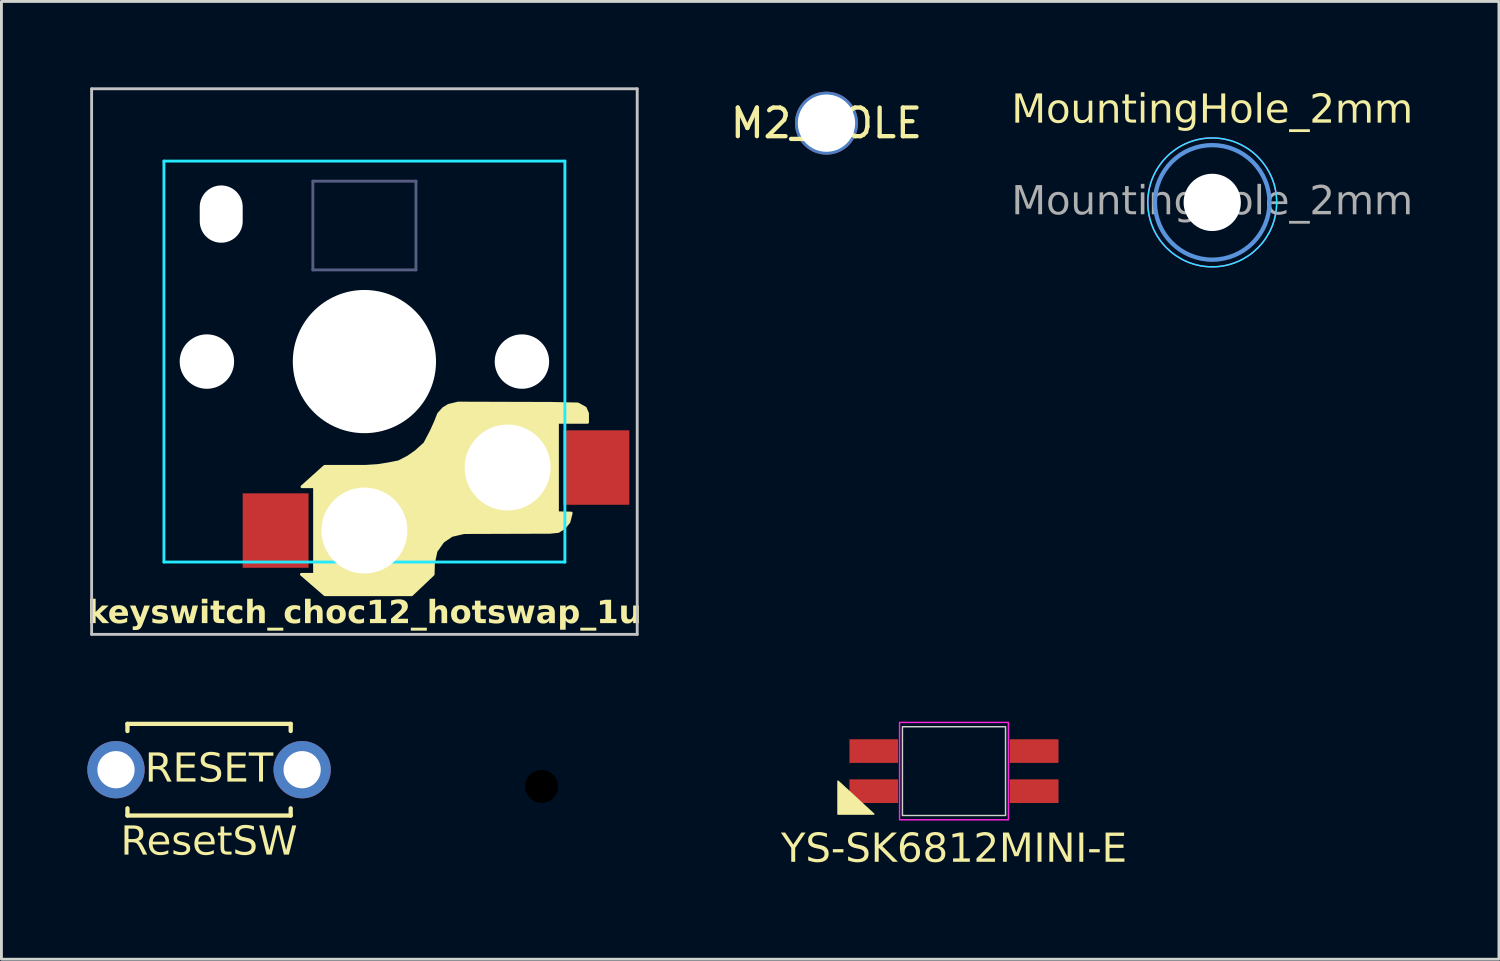
<source format=kicad_pcb>
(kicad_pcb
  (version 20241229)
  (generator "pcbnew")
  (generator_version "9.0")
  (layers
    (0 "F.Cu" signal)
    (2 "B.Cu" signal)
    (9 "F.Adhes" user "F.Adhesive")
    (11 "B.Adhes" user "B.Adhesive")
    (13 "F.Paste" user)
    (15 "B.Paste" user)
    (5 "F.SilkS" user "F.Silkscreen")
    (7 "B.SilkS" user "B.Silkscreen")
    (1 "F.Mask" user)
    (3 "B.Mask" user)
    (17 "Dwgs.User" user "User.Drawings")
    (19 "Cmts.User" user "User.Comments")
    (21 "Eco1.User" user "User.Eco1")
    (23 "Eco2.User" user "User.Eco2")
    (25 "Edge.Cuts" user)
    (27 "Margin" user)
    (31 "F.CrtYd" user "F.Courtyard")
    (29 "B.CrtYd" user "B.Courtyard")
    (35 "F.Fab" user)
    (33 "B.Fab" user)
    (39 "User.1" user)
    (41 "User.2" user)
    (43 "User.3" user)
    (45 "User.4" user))
  (footprint "ResetSW"
    (layer "F.Cu")
    (at 4.25 23.825)
    (property "Reference" "ResetSW" (at 0 2.55 0) (layer "F.SilkS") (effects (font (face "東亜重工 R") (size 1 1) (thickness 0.15))))
    (attr through_hole)
    (fp_line (start -2.85 -1.6) (end -2.85 -1.35) (stroke (width 0.15) (type solid)) (layer "F.SilkS"))
    (fp_line (start -2.85 -1.6) (end 2.85 -1.6) (stroke (width 0.15) (type solid)) (layer "F.SilkS"))
    (fp_line (start -2.85 1.6) (end -2.85 1.35) (stroke (width 0.15) (type solid)) (layer "F.SilkS"))
    (fp_line (start -2.85 1.6) (end 2.85 1.6) (stroke (width 0.15) (type solid)) (layer "F.SilkS"))
    (fp_line (start 2.85 -1.6) (end 2.85 -1.35) (stroke (width 0.15) (type solid)) (layer "F.SilkS"))
    (fp_line (start 2.85 1.6) (end 2.85 1.35) (stroke (width 0.15) (type solid)) (layer "F.SilkS"))
    (fp_text user "RESET" (at 0 0 0) (layer "F.SilkS") (effects (font (face "東亜重工 R") (size 1 1) (thickness 0.15))))
    (pad "1" thru_hole circle (at 3.25 0) (size 2 2) (drill 1.3) (layers "*.Cu" "B.Mask"))
    (pad "2" thru_hole circle (at -3.25 0) (size 2 2) (drill 1.3) (layers "*.Cu" "B.Mask")))
  (footprint "M2_HOLE"
    (layer "F.Cu")
    (at 25.807 1.25)
    (property "Reference" "M2_HOLE" (at 0 0 0) (unlocked yes) (layer "F.SilkS") (effects (font (size 1 1) (thickness 0.15))))
    (attr through_hole board_only exclude_from_pos_files exclude_from_bom)
    (fp_circle (center 0 0) (end 1.2 0) (stroke (width 0.1) (type solid)) (fill no) (layer "Margin"))
    (pad "" np_thru_hole circle (at 0 0) (size 2.2 2.2) (drill 2) (layers "*.Cu" "*.Mask")))
  (footprint "YS-SK6812MINI-E"
    (layer "F.Cu")
    (at 30.26 23.875)
    (property "Reference" "YS-SK6812MINI-E" (at 0 2.75 0) (unlocked yes) (layer "F.SilkS") (effects (font (face "東亜重工 R") (size 1 1) (thickness 0.1))))
    (attr smd)
    (fp_poly (pts (xy -4.05 0.35) (xy -4.05 1.5) (xy -2.8 1.5)) (stroke (width 0.05) (type solid)) (fill yes) (layer "F.SilkS"))
    (fp_rect (start -1.8 -1.55) (end 1.8 1.55) (stroke (width 0.05) (type default)) (fill no) (layer "Edge.Cuts"))
    (fp_rect (start -1.9 -1.7) (end 1.9 1.7) (stroke (width 0.05) (type default)) (fill no) (layer "F.CrtYd"))
    (pad "1" smd rect (at 2.8 -0.7) (size 1.7 0.825) (layers "F.Cu" "F.Mask" "F.Paste"))
    (pad "2" smd rect (at 2.8 0.7) (size 1.7 0.825) (layers "F.Cu" "F.Mask" "F.Paste"))
    (pad "3" smd rect (at -2.8 0.7) (size 1.7 0.825) (layers "F.Cu" "F.Mask" "F.Paste"))
    (pad "4" smd rect (at -2.8 -0.7) (size 1.7 0.825) (layers "F.Cu" "F.Mask" "F.Paste"))
    (zone (net_name "") (layer "F.Cu") (hatch edge 0.5) (connect_pads) (min_thickness 0.25) (filled_areas_thickness no) (keepout (tracks not_allowed) (vias not_allowed) (pads not_allowed) (copperpour allowed) (footprints allowed)) (placement (enabled no)) (fill) (polygon (pts (xy 32.16 22.175) (xy 32.16 25.575) (xy 28.36 25.575) (xy 28.36 22.175))))
    (zone (net_name "") (layers "F.Cu" "B.Cu") (hatch edge 0.5) (connect_pads) (min_thickness 0.25) (filled_areas_thickness no) (keepout (tracks not_allowed) (vias not_allowed) (pads not_allowed) (copperpour allowed) (footprints allowed)) (placement (enabled no)) (fill) (polygon (pts (xy 32.16 22.175) (xy 32.16 25.575) (xy 28.36 25.575) (xy 28.36 22.175)))))
  (footprint "keyswitch_choc12_hotswap_1u"
    (layer "F.Cu")
    (at 9.674 9.575)
    (property "Reference" "keyswitch_choc12_hotswap_1u" (at 0 8.8 0) (layer "F.SilkS") (effects (font (face "東亜重工 R") (size 0.8 0.8) (thickness 0.1) (bold yes))))
    (attr smd)
    (fp_poly (pts (xy 1.8 3.14) (xy 2.11 2.86) (xy 2.34 2.42) (xy 2.48 2.11) (xy 2.59 1.83) (xy 2.76 1.64) (xy 2.94 1.53) (xy 3.27 1.45) (xy 6.52 1.46) (xy 7.45 1.48) (xy 7.71 1.622) (xy 7.79 1.81) (xy 7.79 2.12) (xy 6.74 2.12) (xy 6.74 5.28) (xy 7.22 5.29) (xy 7.14 5.6) (xy 6.98 5.8) (xy 6.77 5.93) (xy 6.48 5.96) (xy 3.48 5.97) (xy 3.05 6.07) (xy 2.74 6.28) (xy 2.5 6.62) (xy 2.41 7.04) (xy 2.4 7.43) (xy 1.65 8.14) (xy -1.38 8.14) (xy -2.2 7.43) (xy -1.74 7.43) (xy -1.74 4.37) (xy -2.18 4.37) (xy -1.39 3.66) (xy 0.02 3.66) (xy 0.48 3.63) (xy 0.85 3.57) (xy 1.2 3.5) (xy 1.53 3.33)) (stroke (width 0.1) (type solid)) (fill yes) (layer "F.SilkS"))
    (fp_line (start -9.525 -9.525) (end -9.525 9.525) (stroke (width 0.1) (type solid)) (layer "Dwgs.User"))
    (fp_line (start -9.525 9.525) (end 9.525 9.525) (stroke (width 0.1) (type solid)) (layer "Dwgs.User"))
    (fp_line (start 9.525 -9.525) (end -9.525 -9.525) (stroke (width 0.1) (type solid)) (layer "Dwgs.User"))
    (fp_line (start 9.525 9.525) (end 9.525 -9.525) (stroke (width 0.1) (type solid)) (layer "Dwgs.User"))
    (fp_line (start -7 -7) (end -7 7) (stroke (width 0.1) (type solid)) (layer "B.CrtYd"))
    (fp_line (start -7 7) (end 7 7) (stroke (width 0.1) (type solid)) (layer "B.CrtYd"))
    (fp_line (start 7 -7) (end -7 -7) (stroke (width 0.1) (type solid)) (layer "B.CrtYd"))
    (fp_line (start 7 7) (end 7 -7) (stroke (width 0.1) (type solid)) (layer "B.CrtYd"))
    (fp_line (start -1.8 -6.3) (end 1.8 -6.3) (stroke (width 0.1) (type default)) (layer "B.Fab"))
    (fp_line (start -1.8 -3.2) (end -1.8 -6.3) (stroke (width 0.1) (type default)) (layer "B.Fab"))
    (fp_line (start -1.8 -3.2) (end 1.8 -3.2) (stroke (width 0.1) (type default)) (layer "B.Fab"))
    (fp_line (start 1.8 -3.2) (end 1.8 -6.3) (stroke (width 0.1) (type default)) (layer "B.Fab"))
    (pad "" np_thru_hole circle (at -5.5 0 270) (size 1.9 1.9) (drill 1.9) (layers "*.Cu" "*.Mask"))
    (pad "" np_thru_hole oval (at -5 -5.15) (size 1.5 2) (drill oval 1.5 2) (layers "*.Cu" "*.Mask"))
    (pad "" np_thru_hole circle (at 0 0 270) (size 5 5) (drill 5) (layers "*.Cu" "*.Mask"))
    (pad "" np_thru_hole circle (at 0 5.9 270) (size 3 3) (drill 3) (layers "*.Cu" "*.Mask"))
    (pad "" np_thru_hole circle (at 5 3.7 270) (size 3 3) (drill 3) (layers "*.Cu" "*.Mask"))
    (pad "" np_thru_hole circle (at 5.5 0 270) (size 1.9 1.9) (drill 1.9) (layers "*.Cu" "*.Mask"))
    (pad "1" smd rect (at -3.1 5.9 180) (size 2.3 2.6) (layers "F.Cu" "F.Mask" "F.Paste"))
    (pad "2" smd rect (at 8.1 3.7 180) (size 2.3 2.6) (layers "F.Cu" "F.Mask" "F.Paste")))
  (footprint "tooling-hole"
    (layer "F.Cu")
    (at 15.86 24.41)
    (property "Reference" "tooling-hole" (at 0.5 -1.5 0) (unlocked yes) (layer "User.1") (effects (font (size 1 1) (thickness 0.1))))
    (attr through_hole)
    (fp_circle (center 0 0) (end 0.576 0) (stroke (width 0.148) (type default)) (fill no) (layer "F.Mask"))
    (fp_circle (center 0 0) (end 0.576 0) (stroke (width 0.148) (type default)) (fill no) (layer "B.Mask"))
    (pad "" np_thru_hole circle (at 0 0) (size 1.152 1.152) (drill 1.152) (layers "*.Mask")))
  (footprint "MountingHole_2mm"
    (layer "F.Cu")
    (at 39.277 4.017)
    (property "Reference" "MountingHole_2mm" (at 0 -3.2 0) (layer "F.SilkS") (effects (font (face "東亜重工 R") (size 1 1) (thickness 0.15))))
    (attr exclude_from_pos_files exclude_from_bom)
    (fp_circle (center 0 0) (end 2 0) (stroke (width 0.15) (type solid)) (fill no) (layer "Cmts.User"))
    (fp_circle (center 0 0) (end 2.25 0) (stroke (width 0.05) (type default)) (fill no) (layer "B.CrtYd"))
    (fp_circle (center 0 0) (end 2.25 0) (stroke (width 0.05) (type solid)) (fill no) (layer "F.CrtYd"))
    (fp_text user "${REFERENCE}" (at 0 0 0) (layer "F.Fab") (effects (font (face "東亜重工 R") (size 1 1) (thickness 0.15))))
    (pad "" np_thru_hole circle (at 0 0) (size 2 2) (drill 2) (layers "*.Cu" "*.Mask"))
    (zone (net_name "") (layer "F.Cu") (hatch edge 0.5) (connect_pads) (min_thickness 0.25) (filled_areas_thickness no) (keepout (tracks not_allowed) (vias not_allowed) (pads allowed) (copperpour allowed) (footprints allowed)) (placement (enabled no)) (fill) (polygon (pts (xy 39.277 1.692) (xy 39.777 1.742) (xy 40.027 1.817) (xy 40.277 1.917) (xy 40.527 2.042) (xy 40.777 2.242) (xy 41.027 2.492) (xy 41.252 2.767) (xy 41.377 3.017) (xy 41.477 3.267) (xy 41.552 3.517) (xy 41.602 3.767) (xy 41.602 4.017) (xy 41.577 4.267) (xy 41.552 4.442) (xy 41.502 4.642) (xy 41.477 4.767) (xy 41.377 5.017) (xy 41.227 5.267) (xy 41.052 5.517) (xy 40.827 5.767) (xy 40.527 5.992) (xy 40.277 6.117) (xy 40.027 6.217) (xy 39.777 6.292) (xy 39.527 6.342) (xy 39.027 6.342) (xy 38.777 6.292) (xy 38.527 6.217) (xy 38.277 6.117) (xy 38.077 6.017) (xy 37.727 5.767) (xy 37.502 5.517) (xy 37.302 5.267) (xy 37.177 5.017) (xy 37.077 4.767) (xy 37.002 4.492) (xy 36.952 4.267) (xy 36.952 3.767) (xy 37.002 3.517) (xy 37.077 3.267) (xy 37.177 3.017) (xy 37.327 2.767) (xy 37.502 2.517) (xy 37.752 2.267) (xy 38.077 2.017) (xy 38.377 1.867) (xy 38.677 1.767) (xy 39.027 1.692))))
    (zone (net_name "") (layer "B.Cu") (hatch edge 0.5) (connect_pads) (min_thickness 0.25) (filled_areas_thickness no) (keepout (tracks not_allowed) (vias not_allowed) (pads allowed) (copperpour allowed) (footprints allowed)) (placement (enabled no)) (fill) (polygon (pts (xy 39.277 1.692) (xy 40.027 1.817) (xy 40.527 2.067) (xy 40.777 2.242) (xy 41.027 2.492) (xy 41.227 2.767) (xy 41.477 3.267) (xy 41.577 3.767) (xy 41.602 4.017) (xy 41.577 4.267) (xy 41.552 4.492) (xy 41.477 4.767) (xy 41.377 4.992) (xy 41.227 5.267) (xy 41.052 5.517) (xy 40.827 5.767) (xy 40.527 5.967) (xy 40.277 6.117) (xy 40.027 6.217) (xy 39.777 6.292) (xy 39.527 6.342) (xy 39.027 6.342) (xy 38.777 6.292) (xy 38.527 6.217) (xy 38.277 6.117) (xy 38.027 5.992) (xy 37.777 5.792) (xy 37.527 5.567) (xy 37.302 5.267) (xy 37.177 5.017) (xy 37.077 4.767) (xy 37.002 4.517) (xy 36.952 4.267) (xy 36.952 4.017) (xy 37.002 3.517) (xy 37.077 3.267) (xy 37.177 3.017) (xy 37.327 2.767) (xy 37.502 2.517) (xy 37.752 2.267) (xy 38.027 2.042) (xy 38.277 1.917) (xy 38.527 1.817) (xy 38.777 1.742) (xy 39.027 1.692)))))
  (gr_rect
    (start -3 -3)
    (end 49.288 30.442)
    (stroke (width 0.1) (type default))
    (fill no)
    (layer "Edge.Cuts")))
</source>
